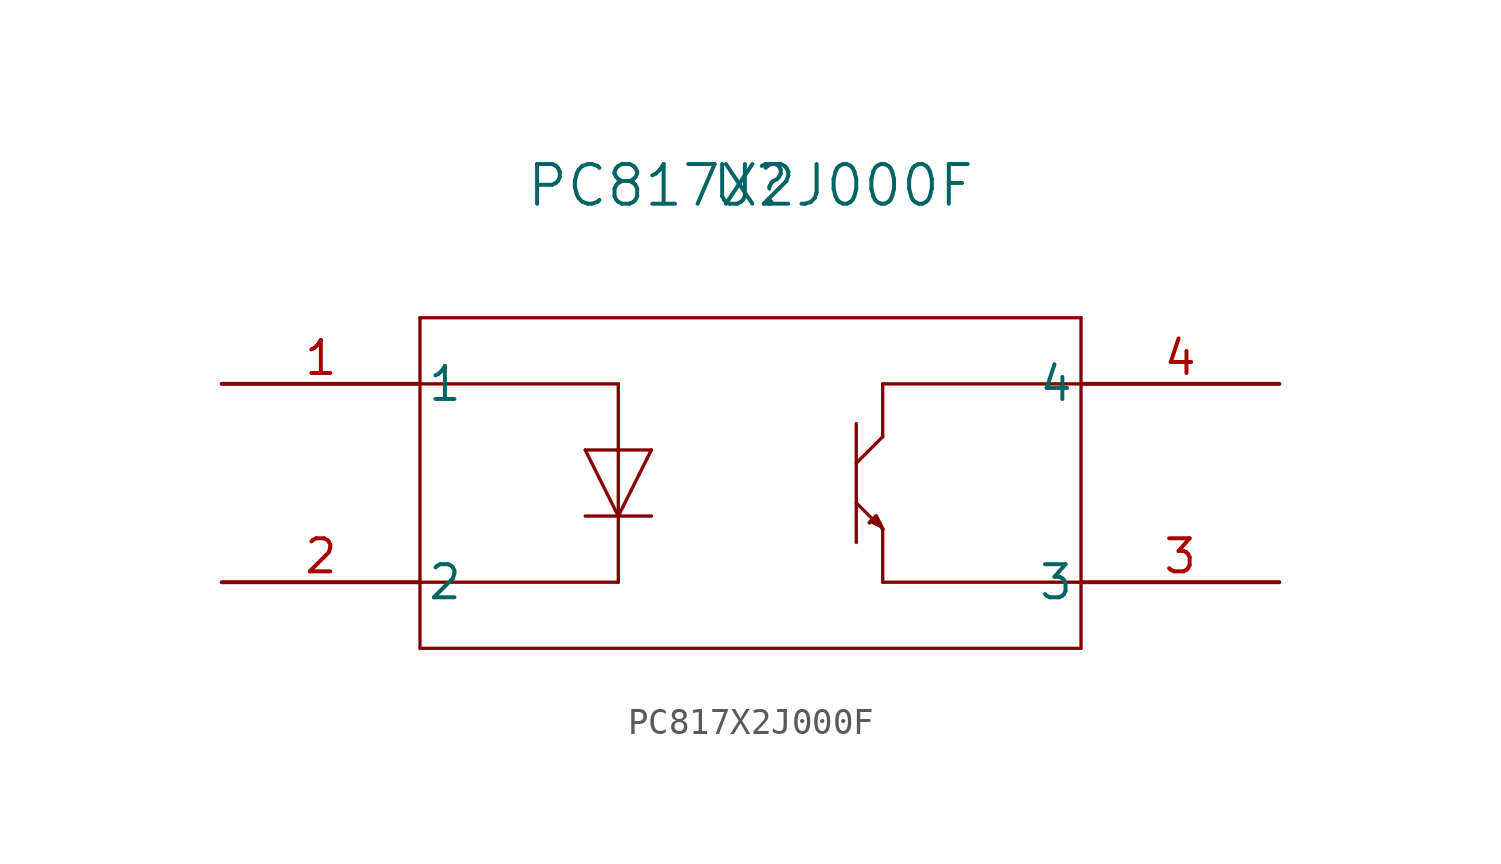
<source format=kicad_sym>
(kicad_symbol_lib
  (version 20211014)
  (generator kicad_symbol_editor)
  (symbol "PC817X2J000F"
    (pin_names
      (offset 0.254))
    (property "Reference" "U"
      (at 20.32 7.62 0)
      (effects (font (size 1.524 1.524))))
    (property "Value" "PC817X2J000F"
      (at 20.32 7.62 0)
      (effects (font (size 1.524 1.524))))
    (symbol "PC817X2J000F_0_1"
      (polyline (pts (xy 7.62 2.54) (xy 7.62 -10.16)) (stroke (width 0.127) (type default) (color 0 0 0 0)) (fill (type none)))
      (polyline (pts (xy 7.62 -10.16) (xy 33.02 -10.16)) (stroke (width 0.127) (type default) (color 0 0 0 0)) (fill (type none)))
      (polyline (pts (xy 33.02 -10.16) (xy 33.02 2.54)) (stroke (width 0.127) (type default) (color 0 0 0 0)) (fill (type none)))
      (polyline (pts (xy 33.02 2.54) (xy 7.62 2.54)) (stroke (width 0.127) (type default) (color 0 0 0 0)) (fill (type none)))
      (polyline (pts (xy 7.62 0) (xy 15.24 0)) (stroke (width 0.127) (type default) (color 0 0 0 0)) (fill (type none)))
      (polyline (pts (xy 15.24 0) (xy 15.24 -7.62)) (stroke (width 0.127) (type default) (color 0 0 0 0)) (fill (type none)))
      (polyline (pts (xy 15.24 -7.62) (xy 7.62 -7.62)) (stroke (width 0.127) (type default) (color 0 0 0 0)) (fill (type none)))
      (polyline (pts (xy 25.4 0) (xy 25.4 -2.032)) (stroke (width 0.127) (type default) (color 0 0 0 0)) (fill (type none)))
      (polyline (pts (xy 25.4 0) (xy 33.02 0)) (stroke (width 0.127) (type default) (color 0 0 0 0)) (fill (type none)))
      (polyline (pts (xy 33.02 -7.62) (xy 25.4 -7.62)) (stroke (width 0.127) (type default) (color 0 0 0 0)) (fill (type none)))
      (polyline (pts (xy 25.4 -7.62) (xy 25.4 -5.588)) (stroke (width 0.127) (type default) (color 0 0 0 0)) (fill (type none)))
      (polyline (pts (xy 24.384 -1.524) (xy 24.384 -6.096)) (stroke (width 0.127) (type default) (color 0 0 0 0)) (fill (type none)))
      (polyline (pts (xy 25.4 -2.032) (xy 24.384 -3.048)) (stroke (width 0.127) (type default) (color 0 0 0 0)) (fill (type none)))
      (polyline (pts (xy 25.146 -5.334) (xy 24.384 -4.572)) (stroke (width 0.127) (type default) (color 0 0 0 0)) (fill (type none)))
      (polyline (pts (xy 25.4 -5.588) (xy 25.146 -5.08) (xy 24.892 -5.334)) (stroke (width 0) (type default) (color 0 0 0 0)) (fill (type outline)))
      (polyline (pts (xy 13.97 -2.54) (xy 16.51 -2.54)) (stroke (width 0.127) (type default) (color 0 0 0 0)) (fill (type none)))
      (polyline (pts (xy 15.24 -5.08) (xy 16.51 -2.54)) (stroke (width 0.127) (type default) (color 0 0 0 0)) (fill (type none)))
      (polyline (pts (xy 13.97 -2.54) (xy 15.24 -5.08)) (stroke (width 0.127) (type default) (color 0 0 0 0)) (fill (type none)))
      (polyline (pts (xy 13.97 -5.08) (xy 16.51 -5.08)) (stroke (width 0.127) (type default) (color 0 0 0 0)) (fill (type none)))
      (pin unspecified line (at 0 0 0) (length 7.62) (name "1" (effects (font (size 1.27 1.27)))) (number "1" (effects (font (size 1.27 1.27)))))
      (pin unspecified line (at 0 -7.62 0) (length 7.62) (name "2" (effects (font (size 1.27 1.27)))) (number "2" (effects (font (size 1.27 1.27)))))
      (pin unspecified line (at 40.64 -7.62 180) (length 7.62) (name "3" (effects (font (size 1.27 1.27)))) (number "3" (effects (font (size 1.27 1.27)))))
      (pin unspecified line (at 40.64 0 180) (length 7.62) (name "4" (effects (font (size 1.27 1.27)))) (number "4" (effects (font (size 1.27 1.27))))))))
</source>
